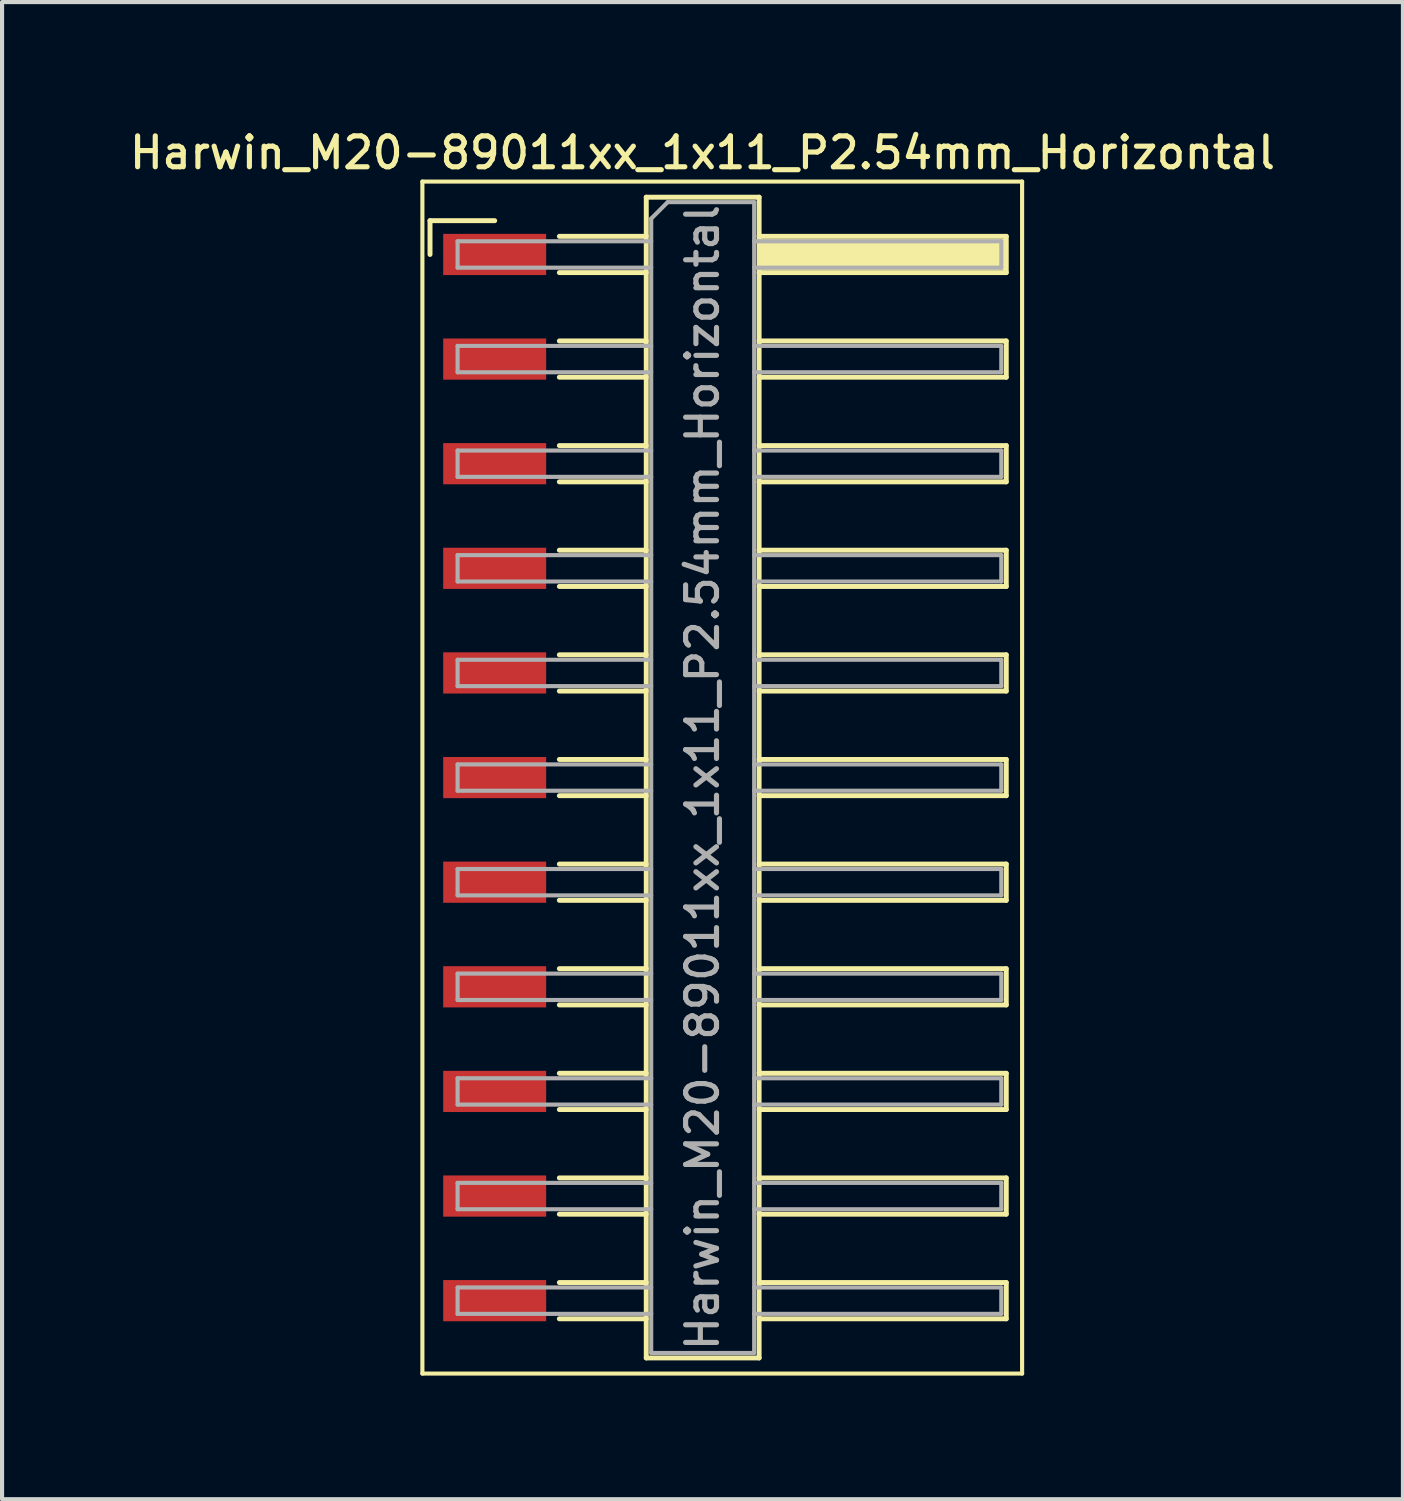
<source format=kicad_pcb>
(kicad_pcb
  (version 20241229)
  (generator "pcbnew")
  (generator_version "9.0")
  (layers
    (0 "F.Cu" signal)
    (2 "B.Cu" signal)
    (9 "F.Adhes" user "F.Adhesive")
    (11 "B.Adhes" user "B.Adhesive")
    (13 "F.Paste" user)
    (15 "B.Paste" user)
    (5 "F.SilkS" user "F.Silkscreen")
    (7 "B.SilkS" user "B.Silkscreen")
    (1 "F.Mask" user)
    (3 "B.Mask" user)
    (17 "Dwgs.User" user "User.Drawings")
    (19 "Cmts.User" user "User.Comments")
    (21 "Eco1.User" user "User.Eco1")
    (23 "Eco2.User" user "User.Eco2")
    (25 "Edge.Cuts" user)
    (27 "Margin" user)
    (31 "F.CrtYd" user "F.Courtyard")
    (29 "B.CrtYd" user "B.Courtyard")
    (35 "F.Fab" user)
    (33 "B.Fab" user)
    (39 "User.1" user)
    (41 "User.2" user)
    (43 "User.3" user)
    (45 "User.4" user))
  (footprint "Harwin_M20-89011xx_1x11_P2.54mm_Horizontal"
    (layer "F.Cu")
    (at 14.485 15.828)
    (property "Reference" "Harwin_M20-89011xx_1x11_P2.54mm_Horizontal" (at -0.48 -15.17 0) (layer "F.SilkS") (effects (font (size 0.75 0.75) (thickness 0.125))))
    (attr smd)
    (fp_line (start -7.28 -14.47) (end 7.28 -14.47) (stroke (width 0.1) (type solid)) (layer "F.SilkS"))
    (fp_line (start -7.28 14.47) (end -7.28 -14.47) (stroke (width 0.1) (type solid)) (layer "F.SilkS"))
    (fp_line (start -7.095 -13.52) (end -5.525 -13.52) (stroke (width 0.12) (type solid)) (layer "F.SilkS"))
    (fp_line (start -7.095 -12.7) (end -7.095 -13.52) (stroke (width 0.12) (type solid)) (layer "F.SilkS"))
    (fp_line (start -3.955 -13.14) (end -1.845 -13.14) (stroke (width 0.12) (type solid)) (layer "F.SilkS"))
    (fp_line (start -3.955 -12.26) (end -1.845 -12.26) (stroke (width 0.12) (type solid)) (layer "F.SilkS"))
    (fp_line (start -3.955 -10.6) (end -1.845 -10.6) (stroke (width 0.12) (type solid)) (layer "F.SilkS"))
    (fp_line (start -3.955 -9.72) (end -1.845 -9.72) (stroke (width 0.12) (type solid)) (layer "F.SilkS"))
    (fp_line (start -3.955 -8.06) (end -1.845 -8.06) (stroke (width 0.12) (type solid)) (layer "F.SilkS"))
    (fp_line (start -3.955 -7.18) (end -1.845 -7.18) (stroke (width 0.12) (type solid)) (layer "F.SilkS"))
    (fp_line (start -3.955 -5.52) (end -1.845 -5.52) (stroke (width 0.12) (type solid)) (layer "F.SilkS"))
    (fp_line (start -3.955 -4.64) (end -1.845 -4.64) (stroke (width 0.12) (type solid)) (layer "F.SilkS"))
    (fp_line (start -3.955 -2.98) (end -1.845 -2.98) (stroke (width 0.12) (type solid)) (layer "F.SilkS"))
    (fp_line (start -3.955 -2.1) (end -1.845 -2.1) (stroke (width 0.12) (type solid)) (layer "F.SilkS"))
    (fp_line (start -3.955 -0.44) (end -1.845 -0.44) (stroke (width 0.12) (type solid)) (layer "F.SilkS"))
    (fp_line (start -3.955 0.44) (end -1.845 0.44) (stroke (width 0.12) (type solid)) (layer "F.SilkS"))
    (fp_line (start -3.955 2.1) (end -1.845 2.1) (stroke (width 0.12) (type solid)) (layer "F.SilkS"))
    (fp_line (start -3.955 2.98) (end -1.845 2.98) (stroke (width 0.12) (type solid)) (layer "F.SilkS"))
    (fp_line (start -3.955 4.64) (end -1.845 4.64) (stroke (width 0.12) (type solid)) (layer "F.SilkS"))
    (fp_line (start -3.955 5.52) (end -1.845 5.52) (stroke (width 0.12) (type solid)) (layer "F.SilkS"))
    (fp_line (start -3.955 7.18) (end -1.845 7.18) (stroke (width 0.12) (type solid)) (layer "F.SilkS"))
    (fp_line (start -3.955 8.06) (end -1.845 8.06) (stroke (width 0.12) (type solid)) (layer "F.SilkS"))
    (fp_line (start -3.955 9.72) (end -1.845 9.72) (stroke (width 0.12) (type solid)) (layer "F.SilkS"))
    (fp_line (start -3.955 10.6) (end -1.845 10.6) (stroke (width 0.12) (type solid)) (layer "F.SilkS"))
    (fp_line (start -3.955 12.26) (end -1.845 12.26) (stroke (width 0.12) (type solid)) (layer "F.SilkS"))
    (fp_line (start -3.955 13.14) (end -1.845 13.14) (stroke (width 0.12) (type solid)) (layer "F.SilkS"))
    (fp_line (start -1.845 -14.09) (end 0.895 -14.09) (stroke (width 0.12) (type solid)) (layer "F.SilkS"))
    (fp_line (start -1.845 14.09) (end -1.845 -14.09) (stroke (width 0.12) (type solid)) (layer "F.SilkS"))
    (fp_line (start 0.895 -14.09) (end 0.895 14.09) (stroke (width 0.12) (type solid)) (layer "F.SilkS"))
    (fp_line (start 0.895 -13.14) (end 6.895 -13.14) (stroke (width 0.12) (type solid)) (layer "F.SilkS"))
    (fp_line (start 0.895 -10.6) (end 6.895 -10.6) (stroke (width 0.12) (type solid)) (layer "F.SilkS"))
    (fp_line (start 0.895 -8.06) (end 6.895 -8.06) (stroke (width 0.12) (type solid)) (layer "F.SilkS"))
    (fp_line (start 0.895 -5.52) (end 6.895 -5.52) (stroke (width 0.12) (type solid)) (layer "F.SilkS"))
    (fp_line (start 0.895 -2.98) (end 6.895 -2.98) (stroke (width 0.12) (type solid)) (layer "F.SilkS"))
    (fp_line (start 0.895 -0.44) (end 6.895 -0.44) (stroke (width 0.12) (type solid)) (layer "F.SilkS"))
    (fp_line (start 0.895 2.1) (end 6.895 2.1) (stroke (width 0.12) (type solid)) (layer "F.SilkS"))
    (fp_line (start 0.895 4.64) (end 6.895 4.64) (stroke (width 0.12) (type solid)) (layer "F.SilkS"))
    (fp_line (start 0.895 7.18) (end 6.895 7.18) (stroke (width 0.12) (type solid)) (layer "F.SilkS"))
    (fp_line (start 0.895 9.72) (end 6.895 9.72) (stroke (width 0.12) (type solid)) (layer "F.SilkS"))
    (fp_line (start 0.895 12.26) (end 6.895 12.26) (stroke (width 0.12) (type solid)) (layer "F.SilkS"))
    (fp_line (start 0.895 14.09) (end -1.845 14.09) (stroke (width 0.12) (type solid)) (layer "F.SilkS"))
    (fp_line (start 6.895 -13.14) (end 6.895 -12.26) (stroke (width 0.12) (type solid)) (layer "F.SilkS"))
    (fp_line (start 6.895 -12.26) (end 0.895 -12.26) (stroke (width 0.12) (type solid)) (layer "F.SilkS"))
    (fp_line (start 6.895 -10.6) (end 6.895 -9.72) (stroke (width 0.12) (type solid)) (layer "F.SilkS"))
    (fp_line (start 6.895 -9.72) (end 0.895 -9.72) (stroke (width 0.12) (type solid)) (layer "F.SilkS"))
    (fp_line (start 6.895 -8.06) (end 6.895 -7.18) (stroke (width 0.12) (type solid)) (layer "F.SilkS"))
    (fp_line (start 6.895 -7.18) (end 0.895 -7.18) (stroke (width 0.12) (type solid)) (layer "F.SilkS"))
    (fp_line (start 6.895 -5.52) (end 6.895 -4.64) (stroke (width 0.12) (type solid)) (layer "F.SilkS"))
    (fp_line (start 6.895 -4.64) (end 0.895 -4.64) (stroke (width 0.12) (type solid)) (layer "F.SilkS"))
    (fp_line (start 6.895 -2.98) (end 6.895 -2.1) (stroke (width 0.12) (type solid)) (layer "F.SilkS"))
    (fp_line (start 6.895 -2.1) (end 0.895 -2.1) (stroke (width 0.12) (type solid)) (layer "F.SilkS"))
    (fp_line (start 6.895 -0.44) (end 6.895 0.44) (stroke (width 0.12) (type solid)) (layer "F.SilkS"))
    (fp_line (start 6.895 0.44) (end 0.895 0.44) (stroke (width 0.12) (type solid)) (layer "F.SilkS"))
    (fp_line (start 6.895 2.1) (end 6.895 2.98) (stroke (width 0.12) (type solid)) (layer "F.SilkS"))
    (fp_line (start 6.895 2.98) (end 0.895 2.98) (stroke (width 0.12) (type solid)) (layer "F.SilkS"))
    (fp_line (start 6.895 4.64) (end 6.895 5.52) (stroke (width 0.12) (type solid)) (layer "F.SilkS"))
    (fp_line (start 6.895 5.52) (end 0.895 5.52) (stroke (width 0.12) (type solid)) (layer "F.SilkS"))
    (fp_line (start 6.895 7.18) (end 6.895 8.06) (stroke (width 0.12) (type solid)) (layer "F.SilkS"))
    (fp_line (start 6.895 8.06) (end 0.895 8.06) (stroke (width 0.12) (type solid)) (layer "F.SilkS"))
    (fp_line (start 6.895 9.72) (end 6.895 10.6) (stroke (width 0.12) (type solid)) (layer "F.SilkS"))
    (fp_line (start 6.895 10.6) (end 0.895 10.6) (stroke (width 0.12) (type solid)) (layer "F.SilkS"))
    (fp_line (start 6.895 12.26) (end 6.895 13.14) (stroke (width 0.12) (type solid)) (layer "F.SilkS"))
    (fp_line (start 6.895 13.14) (end 0.895 13.14) (stroke (width 0.12) (type solid)) (layer "F.SilkS"))
    (fp_line (start 7.28 -14.47) (end 7.28 14.47) (stroke (width 0.1) (type solid)) (layer "F.SilkS"))
    (fp_line (start 7.28 14.47) (end -7.28 14.47) (stroke (width 0.1) (type solid)) (layer "F.SilkS"))
    (fp_line (start -6.425 -13.02) (end -6.425 -12.38) (stroke (width 0.1) (type solid)) (layer "F.Fab"))
    (fp_line (start -6.425 -12.38) (end -1.725 -12.38) (stroke (width 0.1) (type solid)) (layer "F.Fab"))
    (fp_line (start -6.425 -10.48) (end -6.425 -9.84) (stroke (width 0.1) (type solid)) (layer "F.Fab"))
    (fp_line (start -6.425 -9.84) (end -1.725 -9.84) (stroke (width 0.1) (type solid)) (layer "F.Fab"))
    (fp_line (start -6.425 -7.94) (end -6.425 -7.3) (stroke (width 0.1) (type solid)) (layer "F.Fab"))
    (fp_line (start -6.425 -7.3) (end -1.725 -7.3) (stroke (width 0.1) (type solid)) (layer "F.Fab"))
    (fp_line (start -6.425 -5.4) (end -6.425 -4.76) (stroke (width 0.1) (type solid)) (layer "F.Fab"))
    (fp_line (start -6.425 -4.76) (end -1.725 -4.76) (stroke (width 0.1) (type solid)) (layer "F.Fab"))
    (fp_line (start -6.425 -2.86) (end -6.425 -2.22) (stroke (width 0.1) (type solid)) (layer "F.Fab"))
    (fp_line (start -6.425 -2.22) (end -1.725 -2.22) (stroke (width 0.1) (type solid)) (layer "F.Fab"))
    (fp_line (start -6.425 -0.32) (end -6.425 0.32) (stroke (width 0.1) (type solid)) (layer "F.Fab"))
    (fp_line (start -6.425 0.32) (end -1.725 0.32) (stroke (width 0.1) (type solid)) (layer "F.Fab"))
    (fp_line (start -6.425 2.22) (end -6.425 2.86) (stroke (width 0.1) (type solid)) (layer "F.Fab"))
    (fp_line (start -6.425 2.86) (end -1.725 2.86) (stroke (width 0.1) (type solid)) (layer "F.Fab"))
    (fp_line (start -6.425 4.76) (end -6.425 5.4) (stroke (width 0.1) (type solid)) (layer "F.Fab"))
    (fp_line (start -6.425 5.4) (end -1.725 5.4) (stroke (width 0.1) (type solid)) (layer "F.Fab"))
    (fp_line (start -6.425 7.3) (end -6.425 7.94) (stroke (width 0.1) (type solid)) (layer "F.Fab"))
    (fp_line (start -6.425 7.94) (end -1.725 7.94) (stroke (width 0.1) (type solid)) (layer "F.Fab"))
    (fp_line (start -6.425 9.84) (end -6.425 10.48) (stroke (width 0.1) (type solid)) (layer "F.Fab"))
    (fp_line (start -6.425 10.48) (end -1.725 10.48) (stroke (width 0.1) (type solid)) (layer "F.Fab"))
    (fp_line (start -6.425 12.38) (end -6.425 13.02) (stroke (width 0.1) (type solid)) (layer "F.Fab"))
    (fp_line (start -6.425 13.02) (end -1.725 13.02) (stroke (width 0.1) (type solid)) (layer "F.Fab"))
    (fp_line (start -1.725 -13.57) (end -1.325 -13.97) (stroke (width 0.1) (type solid)) (layer "F.Fab"))
    (fp_line (start -1.725 -13.02) (end -6.425 -13.02) (stroke (width 0.1) (type solid)) (layer "F.Fab"))
    (fp_line (start -1.725 -10.48) (end -6.425 -10.48) (stroke (width 0.1) (type solid)) (layer "F.Fab"))
    (fp_line (start -1.725 -7.94) (end -6.425 -7.94) (stroke (width 0.1) (type solid)) (layer "F.Fab"))
    (fp_line (start -1.725 -5.4) (end -6.425 -5.4) (stroke (width 0.1) (type solid)) (layer "F.Fab"))
    (fp_line (start -1.725 -2.86) (end -6.425 -2.86) (stroke (width 0.1) (type solid)) (layer "F.Fab"))
    (fp_line (start -1.725 -0.32) (end -6.425 -0.32) (stroke (width 0.1) (type solid)) (layer "F.Fab"))
    (fp_line (start -1.725 2.22) (end -6.425 2.22) (stroke (width 0.1) (type solid)) (layer "F.Fab"))
    (fp_line (start -1.725 4.76) (end -6.425 4.76) (stroke (width 0.1) (type solid)) (layer "F.Fab"))
    (fp_line (start -1.725 7.3) (end -6.425 7.3) (stroke (width 0.1) (type solid)) (layer "F.Fab"))
    (fp_line (start -1.725 9.84) (end -6.425 9.84) (stroke (width 0.1) (type solid)) (layer "F.Fab"))
    (fp_line (start -1.725 12.38) (end -6.425 12.38) (stroke (width 0.1) (type solid)) (layer "F.Fab"))
    (fp_line (start -1.725 13.97) (end -1.725 -13.57) (stroke (width 0.1) (type solid)) (layer "F.Fab"))
    (fp_line (start -1.325 -13.97) (end 0.775 -13.97) (stroke (width 0.1) (type solid)) (layer "F.Fab"))
    (fp_line (start 0.775 -13.97) (end 0.775 13.97) (stroke (width 0.1) (type solid)) (layer "F.Fab"))
    (fp_line (start 0.775 -13.02) (end 6.775 -13.02) (stroke (width 0.1) (type solid)) (layer "F.Fab"))
    (fp_line (start 0.775 -10.48) (end 6.775 -10.48) (stroke (width 0.1) (type solid)) (layer "F.Fab"))
    (fp_line (start 0.775 -7.94) (end 6.775 -7.94) (stroke (width 0.1) (type solid)) (layer "F.Fab"))
    (fp_line (start 0.775 -5.4) (end 6.775 -5.4) (stroke (width 0.1) (type solid)) (layer "F.Fab"))
    (fp_line (start 0.775 -2.86) (end 6.775 -2.86) (stroke (width 0.1) (type solid)) (layer "F.Fab"))
    (fp_line (start 0.775 -0.32) (end 6.775 -0.32) (stroke (width 0.1) (type solid)) (layer "F.Fab"))
    (fp_line (start 0.775 2.22) (end 6.775 2.22) (stroke (width 0.1) (type solid)) (layer "F.Fab"))
    (fp_line (start 0.775 4.76) (end 6.775 4.76) (stroke (width 0.1) (type solid)) (layer "F.Fab"))
    (fp_line (start 0.775 7.3) (end 6.775 7.3) (stroke (width 0.1) (type solid)) (layer "F.Fab"))
    (fp_line (start 0.775 9.84) (end 6.775 9.84) (stroke (width 0.1) (type solid)) (layer "F.Fab"))
    (fp_line (start 0.775 12.38) (end 6.775 12.38) (stroke (width 0.1) (type solid)) (layer "F.Fab"))
    (fp_line (start 0.775 13.97) (end -1.725 13.97) (stroke (width 0.1) (type solid)) (layer "F.Fab"))
    (fp_line (start 6.775 -13.02) (end 6.775 -12.38) (stroke (width 0.1) (type solid)) (layer "F.Fab"))
    (fp_line (start 6.775 -12.38) (end 0.775 -12.38) (stroke (width 0.1) (type solid)) (layer "F.Fab"))
    (fp_line (start 6.775 -10.48) (end 6.775 -9.84) (stroke (width 0.1) (type solid)) (layer "F.Fab"))
    (fp_line (start 6.775 -9.84) (end 0.775 -9.84) (stroke (width 0.1) (type solid)) (layer "F.Fab"))
    (fp_line (start 6.775 -7.94) (end 6.775 -7.3) (stroke (width 0.1) (type solid)) (layer "F.Fab"))
    (fp_line (start 6.775 -7.3) (end 0.775 -7.3) (stroke (width 0.1) (type solid)) (layer "F.Fab"))
    (fp_line (start 6.775 -5.4) (end 6.775 -4.76) (stroke (width 0.1) (type solid)) (layer "F.Fab"))
    (fp_line (start 6.775 -4.76) (end 0.775 -4.76) (stroke (width 0.1) (type solid)) (layer "F.Fab"))
    (fp_line (start 6.775 -2.86) (end 6.775 -2.22) (stroke (width 0.1) (type solid)) (layer "F.Fab"))
    (fp_line (start 6.775 -2.22) (end 0.775 -2.22) (stroke (width 0.1) (type solid)) (layer "F.Fab"))
    (fp_line (start 6.775 -0.32) (end 6.775 0.32) (stroke (width 0.1) (type solid)) (layer "F.Fab"))
    (fp_line (start 6.775 0.32) (end 0.775 0.32) (stroke (width 0.1) (type solid)) (layer "F.Fab"))
    (fp_line (start 6.775 2.22) (end 6.775 2.86) (stroke (width 0.1) (type solid)) (layer "F.Fab"))
    (fp_line (start 6.775 2.86) (end 0.775 2.86) (stroke (width 0.1) (type solid)) (layer "F.Fab"))
    (fp_line (start 6.775 4.76) (end 6.775 5.4) (stroke (width 0.1) (type solid)) (layer "F.Fab"))
    (fp_line (start 6.775 5.4) (end 0.775 5.4) (stroke (width 0.1) (type solid)) (layer "F.Fab"))
    (fp_line (start 6.775 7.3) (end 6.775 7.94) (stroke (width 0.1) (type solid)) (layer "F.Fab"))
    (fp_line (start 6.775 7.94) (end 0.775 7.94) (stroke (width 0.1) (type solid)) (layer "F.Fab"))
    (fp_line (start 6.775 9.84) (end 6.775 10.48) (stroke (width 0.1) (type solid)) (layer "F.Fab"))
    (fp_line (start 6.775 10.48) (end 0.775 10.48) (stroke (width 0.1) (type solid)) (layer "F.Fab"))
    (fp_line (start 6.775 12.38) (end 6.775 13.02) (stroke (width 0.1) (type solid)) (layer "F.Fab"))
    (fp_line (start 6.775 13.02) (end 0.775 13.02) (stroke (width 0.1) (type solid)) (layer "F.Fab"))
    (fp_text user "${REFERENCE}" (at -0.48 0 90) (layer "F.Fab") (effects (font (size 0.75 0.75) (thickness 0.125))))
    (pad "" smd rect (at 3.895 -12.7) (size 6 0.76) (layers "F.SilkS"))
    (pad "1" smd rect (at -5.525 -12.7) (size 2.5 1) (layers "F.Cu" "F.Mask" "F.Paste"))
    (pad "2" smd rect (at -5.525 -10.16) (size 2.5 1) (layers "F.Cu" "F.Mask" "F.Paste"))
    (pad "3" smd rect (at -5.525 -7.62) (size 2.5 1) (layers "F.Cu" "F.Mask" "F.Paste"))
    (pad "4" smd rect (at -5.525 -5.08) (size 2.5 1) (layers "F.Cu" "F.Mask" "F.Paste"))
    (pad "5" smd rect (at -5.525 -2.54) (size 2.5 1) (layers "F.Cu" "F.Mask" "F.Paste"))
    (pad "6" smd rect (at -5.525 0) (size 2.5 1) (layers "F.Cu" "F.Mask" "F.Paste"))
    (pad "7" smd rect (at -5.525 2.54) (size 2.5 1) (layers "F.Cu" "F.Mask" "F.Paste"))
    (pad "8" smd rect (at -5.525 5.08) (size 2.5 1) (layers "F.Cu" "F.Mask" "F.Paste"))
    (pad "9" smd rect (at -5.525 7.62) (size 2.5 1) (layers "F.Cu" "F.Mask" "F.Paste"))
    (pad "10" smd rect (at -5.525 10.16) (size 2.5 1) (layers "F.Cu" "F.Mask" "F.Paste"))
    (pad "11" smd rect (at -5.525 12.7) (size 2.5 1) (layers "F.Cu" "F.Mask" "F.Paste")))
  (gr_rect
    (start -3 -3)
    (end 31.011 33.348)
    (stroke (width 0.1) (type default))
    (fill no)
    (layer "Edge.Cuts")))
</source>
